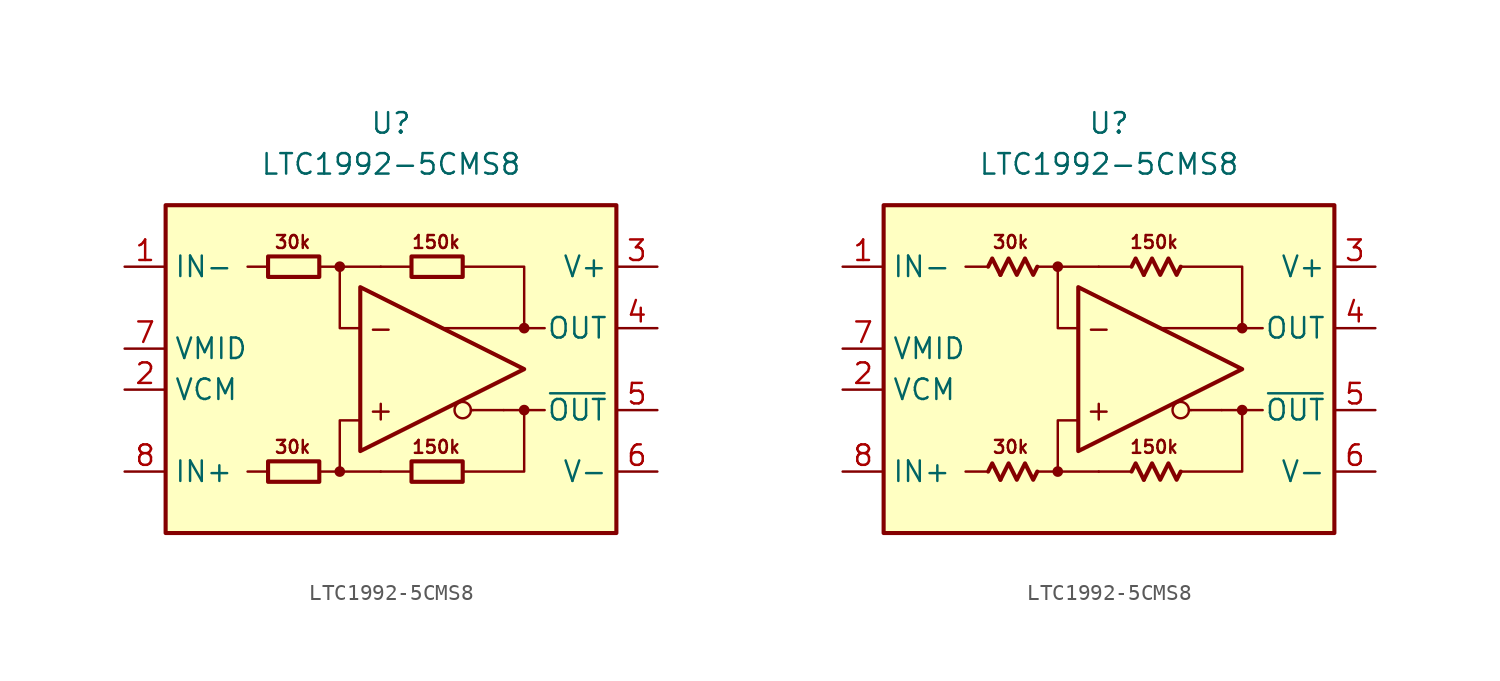
<source format=kicad_sym>
(kicad_symbol_lib
  (version 20231120)
  (generator "kicad_symbol_editor")
  (generator_version "8.0")
  (symbol "LTC1992-5CMS8"
    (property "Reference" "U"
      (at 0 15.24 0)
      (effects (font (size 1.27 1.27))))
    (property "Value" "LTC1992-5CMS8"
      (at 0 12.7 0)
      (effects (font (size 1.27 1.27))))
    (symbol "LTC1992-5CMS8_0_0"
      (rectangle (start -13.97 10.16) (end 13.97 -10.16) (stroke (width 0.254) (type default)) (fill (type background)))
      (circle (center -3.175 -6.35) (radius 0.254) (stroke (width 0.152) (type default)) (fill (type outline)))
      (circle (center -3.175 6.35) (radius 0.254) (stroke (width 0.152) (type default)) (fill (type outline)))
      (polyline (pts (xy -7.62 -6.35) (xy -8.89 -6.35)) (stroke (width 0.152) (type default)) (fill (type none)))
      (polyline (pts (xy -7.62 6.35) (xy -8.89 6.35)) (stroke (width 0.152) (type default)) (fill (type none)))
      (polyline (pts (xy -3.175 6.35) (xy -0.635 6.35)) (stroke (width 0.152) (type default)) (fill (type none)))
      (polyline (pts (xy -0.635 -6.35) (xy -3.175 -6.35)) (stroke (width 0.152) (type default)) (fill (type none)))
      (polyline (pts (xy 1.27 -6.35) (xy -0.635 -6.35)) (stroke (width 0.152) (type default)) (fill (type none)))
      (polyline (pts (xy 1.27 6.35) (xy -0.635 6.35)) (stroke (width 0.152) (type default)) (fill (type none)))
      (polyline (pts (xy 5.08 -2.54) (xy 4.953 -2.54)) (stroke (width 0.152) (type default)) (fill (type none)))
      (polyline (pts (xy 6.985 -2.54) (xy 5.08 -2.54)) (stroke (width 0.152) (type default)) (fill (type none)))
      (polyline (pts (xy 8.255 -2.54) (xy 9.525 -2.54)) (stroke (width 0.152) (type default)) (fill (type none)))
      (polyline (pts (xy 8.255 2.54) (xy 9.525 2.54)) (stroke (width 0.152) (type default)) (fill (type none)))
      (polyline (pts (xy -4.445 -6.35) (xy -3.175 -6.35) (xy -3.175 -3.175) (xy -1.905 -3.175)) (stroke (width 0.152) (type default)) (fill (type none)))
      (polyline (pts (xy -1.905 2.54) (xy -3.175 2.54) (xy -3.175 6.35) (xy -4.445 6.35)) (stroke (width 0.152) (type default)) (fill (type none)))
      (polyline (pts (xy 4.445 6.35) (xy 8.255 6.35) (xy 8.255 2.54) (xy 3.175 2.54)) (stroke (width 0.152) (type default)) (fill (type none)))
      (polyline (pts (xy 6.985 -2.54) (xy 8.255 -2.54) (xy 8.255 -6.35) (xy 4.445 -6.35)) (stroke (width 0.152) (type default)) (fill (type none)))
      (circle (center 4.445 -2.54) (radius 0.508) (stroke (width 0.152) (type default)) (fill (type none)))
      (circle (center 8.255 -2.54) (radius 0.254) (stroke (width 0.152) (type default)) (fill (type outline)))
      (circle (center 8.255 2.54) (radius 0.254) (stroke (width 0.152) (type default)) (fill (type outline)))
      (text "+" (at -0.635 -2.54 0) (effects (font (size 1.27 1.27))))
      (text "-" (at -0.635 2.54 0) (effects (font (size 1.27 1.27)))))
    (symbol "LTC1992-5CMS8_0_1"
      (rectangle (start -7.62 -5.715) (end -4.445 -6.985) (stroke (width 0.254) (type default)) (fill (type none)))
      (rectangle (start -7.62 6.985) (end -4.445 5.715) (stroke (width 0.254) (type default)) (fill (type none)))
      (rectangle (start 1.27 -5.715) (end 4.445 -6.985) (stroke (width 0.254) (type default)) (fill (type none)))
      (rectangle (start 1.27 6.985) (end 4.445 5.715) (stroke (width 0.254) (type default)) (fill (type none))))
    (symbol "LTC1992-5CMS8_0_2"
      (polyline (pts (xy -6.731 -6.858) (xy -7.239 -5.842) (xy -7.493 -6.35)) (stroke (width 0.254) (type default)) (fill (type none)))
      (polyline (pts (xy -6.731 5.842) (xy -7.239 6.858) (xy -7.493 6.35)) (stroke (width 0.254) (type default)) (fill (type none)))
      (polyline (pts (xy 2.159 -6.858) (xy 1.651 -5.842) (xy 1.397 -6.35)) (stroke (width 0.254) (type default)) (fill (type none)))
      (polyline (pts (xy 2.159 5.842) (xy 1.651 6.858) (xy 1.397 6.35)) (stroke (width 0.254) (type default)) (fill (type none)))
      (polyline (pts (xy -4.445 -6.35) (xy -4.699 -6.858) (xy -5.207 -5.842) (xy -5.715 -6.858) (xy -6.223 -5.842) (xy -6.731 -6.858)) (stroke (width 0.254) (type default)) (fill (type none)))
      (polyline (pts (xy -4.445 6.35) (xy -4.699 5.842) (xy -5.207 6.858) (xy -5.715 5.842) (xy -6.223 6.858) (xy -6.731 5.842)) (stroke (width 0.254) (type default)) (fill (type none)))
      (polyline (pts (xy 4.445 -6.35) (xy 4.191 -6.858) (xy 3.683 -5.842) (xy 3.175 -6.858) (xy 2.667 -5.842) (xy 2.159 -6.858)) (stroke (width 0.254) (type default)) (fill (type none)))
      (polyline (pts (xy 4.445 6.35) (xy 4.191 5.842) (xy 3.683 6.858) (xy 3.175 5.842) (xy 2.667 6.858) (xy 2.159 5.842)) (stroke (width 0.254) (type default)) (fill (type none))))
    (symbol "LTC1992-5CMS8_1_0"
      (polyline (pts (xy -1.905 5.08) (xy -1.905 -5.08) (xy 8.255 0) (xy -1.905 5.08)) (stroke (width 0.254) (type default)) (fill (type none)))
      (text "150k" (at 2.794 -4.826 0) (effects (font (size 0.8 0.8))))
      (text "150k" (at 2.794 7.874 0) (effects (font (size 0.8 0.8))))
      (text "30k" (at -6.096 -4.826 0) (effects (font (size 0.8 0.8))))
      (text "30k" (at -6.096 7.874 0) (effects (font (size 0.8 0.8)))))
    (symbol "LTC1992-5CMS8_1_1"
      (pin input line (at -16.51 6.35 0) (length 2.54) (name "IN-" (effects (font (size 1.27 1.27)))) (number "1" (effects (font (size 1.27 1.27)))))
      (pin input line (at -16.51 -1.27 0) (length 2.54) (name "VCM" (effects (font (size 1.27 1.27)))) (number "2" (effects (font (size 1.27 1.27)))))
      (pin power_in line (at 16.51 6.35 180) (length 2.54) (name "V+" (effects (font (size 1.27 1.27)))) (number "3" (effects (font (size 1.27 1.27)))))
      (pin output line (at 16.51 2.54 180) (length 2.54) (name "OUT" (effects (font (size 1.27 1.27)))) (number "4" (effects (font (size 1.27 1.27)))))
      (pin output line (at 16.51 -2.54 180) (length 2.54) (name "~{OUT}" (effects (font (size 1.27 1.27)))) (number "5" (effects (font (size 1.27 1.27)))))
      (pin power_in line (at 16.51 -6.35 180) (length 2.54) (name "V-" (effects (font (size 1.27 1.27)))) (number "6" (effects (font (size 1.27 1.27)))))
      (pin output line (at -16.51 1.27 0) (length 2.54) (name "VMID" (effects (font (size 1.27 1.27)))) (number "7" (effects (font (size 1.27 1.27)))))
      (pin input line (at -16.51 -6.35 0) (length 2.54) (name "IN+" (effects (font (size 1.27 1.27)))) (number "8" (effects (font (size 1.27 1.27))))))
    (symbol "LTC1992-5CMS8_1_2"
      (pin input line (at -16.51 6.35 0) (length 2.54) (name "IN-" (effects (font (size 1.27 1.27)))) (number "1" (effects (font (size 1.27 1.27)))))
      (pin input line (at -16.51 -1.27 0) (length 2.54) (name "VCM" (effects (font (size 1.27 1.27)))) (number "2" (effects (font (size 1.27 1.27)))))
      (pin power_in line (at 16.51 6.35 180) (length 2.54) (name "V+" (effects (font (size 1.27 1.27)))) (number "3" (effects (font (size 1.27 1.27)))))
      (pin output line (at 16.51 2.54 180) (length 2.54) (name "OUT" (effects (font (size 1.27 1.27)))) (number "4" (effects (font (size 1.27 1.27)))))
      (pin output line (at 16.51 -2.54 180) (length 2.54) (name "~{OUT}" (effects (font (size 1.27 1.27)))) (number "5" (effects (font (size 1.27 1.27)))))
      (pin power_in line (at 16.51 -6.35 180) (length 2.54) (name "V-" (effects (font (size 1.27 1.27)))) (number "6" (effects (font (size 1.27 1.27)))))
      (pin output line (at -16.51 1.27 0) (length 2.54) (name "VMID" (effects (font (size 1.27 1.27)))) (number "7" (effects (font (size 1.27 1.27)))))
      (pin input line (at -16.51 -6.35 0) (length 2.54) (name "IN+" (effects (font (size 1.27 1.27)))) (number "8" (effects (font (size 1.27 1.27))))))))
</source>
